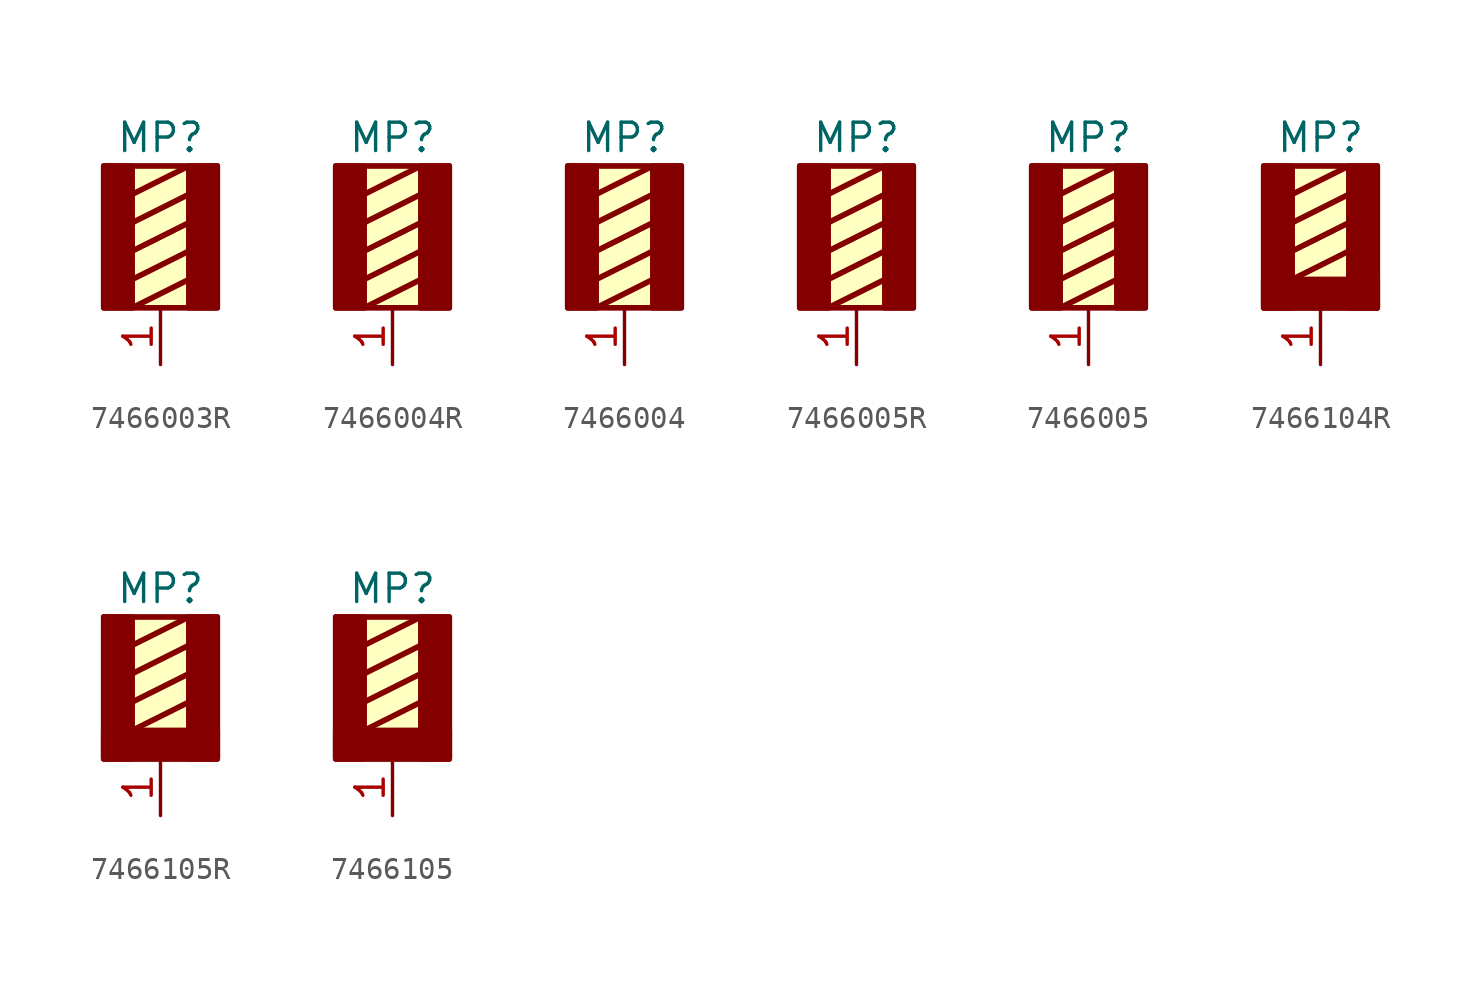
<source format=kicad_sym>
(kicad_symbol_lib
  (version 20220914)
  (generator kicad_symbol_editor)
  (symbol "7466003R"
    (pin_names hide)
    (property "Reference" "MP"
      (at 0 5.08 0)
      (effects (font (size 1.27 1.27))))
    (symbol "7466003R_0_0"
      (rectangle (start -2.54 3.81) (end 2.54 -2.54) (stroke (width 0.254) (type default)) (fill (type background)))
      (polyline (pts (xy -1.27 2.54) (xy 1.27 3.81)) (stroke (width 0.254) (type default)) (fill (type none)))
      (polyline (pts (xy 1.27 -1.27) (xy -1.27 -2.54)) (stroke (width 0.254) (type default)) (fill (type none)))
      (polyline (pts (xy 1.27 0) (xy -1.27 -1.27)) (stroke (width 0.254) (type default)) (fill (type none)))
      (polyline (pts (xy 1.27 1.27) (xy -1.27 0)) (stroke (width 0.254) (type default)) (fill (type none)))
      (polyline (pts (xy 1.27 2.54) (xy -1.27 1.27)) (stroke (width 0.254) (type default)) (fill (type none))))
    (symbol "7466003R_1_0"
      (rectangle (start -2.54 3.81) (end -1.27 -2.54) (stroke (width 0.254) (type default)) (fill (type outline)))
      (rectangle (start 1.27 3.81) (end 2.54 -2.54) (stroke (width 0.254) (type default)) (fill (type outline)))
      (pin passive line (at 0 -5.08 90) (length 2.54) (name "1" (effects (font (size 1.27 1.27)))) (number "1" (effects (font (size 1.27 1.27)))))))
  (symbol "7466004R"
    (pin_names hide)
    (property "Reference" "MP"
      (at 0 5.08 0)
      (effects (font (size 1.27 1.27))))
    (symbol "7466004R_0_0"
      (rectangle (start -2.54 3.81) (end 2.54 -2.54) (stroke (width 0.254) (type default)) (fill (type background)))
      (polyline (pts (xy -1.27 2.54) (xy 1.27 3.81)) (stroke (width 0.254) (type default)) (fill (type none)))
      (polyline (pts (xy 1.27 -1.27) (xy -1.27 -2.54)) (stroke (width 0.254) (type default)) (fill (type none)))
      (polyline (pts (xy 1.27 0) (xy -1.27 -1.27)) (stroke (width 0.254) (type default)) (fill (type none)))
      (polyline (pts (xy 1.27 1.27) (xy -1.27 0)) (stroke (width 0.254) (type default)) (fill (type none)))
      (polyline (pts (xy 1.27 2.54) (xy -1.27 1.27)) (stroke (width 0.254) (type default)) (fill (type none))))
    (symbol "7466004R_1_0"
      (rectangle (start -2.54 3.81) (end -1.27 -2.54) (stroke (width 0.254) (type default)) (fill (type outline)))
      (rectangle (start 1.27 3.81) (end 2.54 -2.54) (stroke (width 0.254) (type default)) (fill (type outline)))
      (pin passive line (at 0 -5.08 90) (length 2.54) (name "1" (effects (font (size 1.27 1.27)))) (number "1" (effects (font (size 1.27 1.27)))))))
  (symbol "7466004"
    (pin_names hide)
    (property "Reference" "MP"
      (at 0 5.08 0)
      (effects (font (size 1.27 1.27))))
    (symbol "7466004_0_0"
      (rectangle (start -2.54 3.81) (end 2.54 -2.54) (stroke (width 0.254) (type default)) (fill (type background)))
      (polyline (pts (xy -1.27 2.54) (xy 1.27 3.81)) (stroke (width 0.254) (type default)) (fill (type none)))
      (polyline (pts (xy 1.27 -1.27) (xy -1.27 -2.54)) (stroke (width 0.254) (type default)) (fill (type none)))
      (polyline (pts (xy 1.27 0) (xy -1.27 -1.27)) (stroke (width 0.254) (type default)) (fill (type none)))
      (polyline (pts (xy 1.27 1.27) (xy -1.27 0)) (stroke (width 0.254) (type default)) (fill (type none)))
      (polyline (pts (xy 1.27 2.54) (xy -1.27 1.27)) (stroke (width 0.254) (type default)) (fill (type none))))
    (symbol "7466004_1_0"
      (rectangle (start -2.54 3.81) (end -1.27 -2.54) (stroke (width 0.254) (type default)) (fill (type outline)))
      (rectangle (start 1.27 3.81) (end 2.54 -2.54) (stroke (width 0.254) (type default)) (fill (type outline)))
      (pin passive line (at 0 -5.08 90) (length 2.54) (name "1" (effects (font (size 1.27 1.27)))) (number "1" (effects (font (size 1.27 1.27)))))))
  (symbol "7466005R"
    (pin_names hide)
    (property "Reference" "MP"
      (at 0 5.08 0)
      (effects (font (size 1.27 1.27))))
    (symbol "7466005R_0_0"
      (rectangle (start -2.54 3.81) (end 2.54 -2.54) (stroke (width 0.254) (type default)) (fill (type background)))
      (polyline (pts (xy -1.27 2.54) (xy 1.27 3.81)) (stroke (width 0.254) (type default)) (fill (type none)))
      (polyline (pts (xy 1.27 -1.27) (xy -1.27 -2.54)) (stroke (width 0.254) (type default)) (fill (type none)))
      (polyline (pts (xy 1.27 0) (xy -1.27 -1.27)) (stroke (width 0.254) (type default)) (fill (type none)))
      (polyline (pts (xy 1.27 1.27) (xy -1.27 0)) (stroke (width 0.254) (type default)) (fill (type none)))
      (polyline (pts (xy 1.27 2.54) (xy -1.27 1.27)) (stroke (width 0.254) (type default)) (fill (type none))))
    (symbol "7466005R_1_0"
      (rectangle (start -2.54 3.81) (end -1.27 -2.54) (stroke (width 0.254) (type default)) (fill (type outline)))
      (rectangle (start 1.27 3.81) (end 2.54 -2.54) (stroke (width 0.254) (type default)) (fill (type outline)))
      (pin passive line (at 0 -5.08 90) (length 2.54) (name "1" (effects (font (size 1.27 1.27)))) (number "1" (effects (font (size 1.27 1.27)))))))
  (symbol "7466005"
    (pin_names hide)
    (property "Reference" "MP"
      (at 0 5.08 0)
      (effects (font (size 1.27 1.27))))
    (symbol "7466005_0_0"
      (rectangle (start -2.54 3.81) (end 2.54 -2.54) (stroke (width 0.254) (type default)) (fill (type background)))
      (polyline (pts (xy -1.27 2.54) (xy 1.27 3.81)) (stroke (width 0.254) (type default)) (fill (type none)))
      (polyline (pts (xy 1.27 -1.27) (xy -1.27 -2.54)) (stroke (width 0.254) (type default)) (fill (type none)))
      (polyline (pts (xy 1.27 0) (xy -1.27 -1.27)) (stroke (width 0.254) (type default)) (fill (type none)))
      (polyline (pts (xy 1.27 1.27) (xy -1.27 0)) (stroke (width 0.254) (type default)) (fill (type none)))
      (polyline (pts (xy 1.27 2.54) (xy -1.27 1.27)) (stroke (width 0.254) (type default)) (fill (type none))))
    (symbol "7466005_1_0"
      (rectangle (start -2.54 3.81) (end -1.27 -2.54) (stroke (width 0.254) (type default)) (fill (type outline)))
      (rectangle (start 1.27 3.81) (end 2.54 -2.54) (stroke (width 0.254) (type default)) (fill (type outline)))
      (pin passive line (at 0 -5.08 90) (length 2.54) (name "1" (effects (font (size 1.27 1.27)))) (number "1" (effects (font (size 1.27 1.27)))))))
  (symbol "7466104R"
    (pin_names hide)
    (property "Reference" "MP"
      (at 0 5.08 0)
      (effects (font (size 1.27 1.27))))
    (symbol "7466104R_0_0"
      (rectangle (start -2.54 3.81) (end 2.54 -2.54) (stroke (width 0.254) (type default)) (fill (type background)))
      (polyline (pts (xy -1.27 2.54) (xy 1.27 3.81)) (stroke (width 0.254) (type default)) (fill (type none)))
      (polyline (pts (xy 1.27 0) (xy -1.27 -1.27)) (stroke (width 0.254) (type default)) (fill (type none)))
      (polyline (pts (xy 1.27 1.27) (xy -1.27 0)) (stroke (width 0.254) (type default)) (fill (type none)))
      (polyline (pts (xy 1.27 2.54) (xy -1.27 1.27)) (stroke (width 0.254) (type default)) (fill (type none))))
    (symbol "7466104R_1_0"
      (rectangle (start -2.54 -1.27) (end 2.54 -2.54) (stroke (width 0.254) (type default)) (fill (type outline)))
      (rectangle (start -2.54 3.81) (end -1.27 -2.54) (stroke (width 0.254) (type default)) (fill (type outline)))
      (rectangle (start 1.27 3.81) (end 2.54 -2.54) (stroke (width 0.254) (type default)) (fill (type outline)))
      (pin passive line (at 0 -5.08 90) (length 2.54) (name "1" (effects (font (size 1.27 1.27)))) (number "1" (effects (font (size 1.27 1.27)))))))
  (symbol "7466105R"
    (pin_names hide)
    (property "Reference" "MP"
      (at 0 5.08 0)
      (effects (font (size 1.27 1.27))))
    (symbol "7466105R_0_0"
      (rectangle (start -2.54 3.81) (end 2.54 -2.54) (stroke (width 0.254) (type default)) (fill (type background)))
      (polyline (pts (xy -1.27 2.54) (xy 1.27 3.81)) (stroke (width 0.254) (type default)) (fill (type none)))
      (polyline (pts (xy 1.27 0) (xy -1.27 -1.27)) (stroke (width 0.254) (type default)) (fill (type none)))
      (polyline (pts (xy 1.27 1.27) (xy -1.27 0)) (stroke (width 0.254) (type default)) (fill (type none)))
      (polyline (pts (xy 1.27 2.54) (xy -1.27 1.27)) (stroke (width 0.254) (type default)) (fill (type none))))
    (symbol "7466105R_1_0"
      (rectangle (start -2.54 -1.27) (end 2.54 -2.54) (stroke (width 0.254) (type default)) (fill (type outline)))
      (rectangle (start -2.54 3.81) (end -1.27 -2.54) (stroke (width 0.254) (type default)) (fill (type outline)))
      (rectangle (start 1.27 3.81) (end 2.54 -2.54) (stroke (width 0.254) (type default)) (fill (type outline)))
      (pin passive line (at 0 -5.08 90) (length 2.54) (name "1" (effects (font (size 1.27 1.27)))) (number "1" (effects (font (size 1.27 1.27)))))))
  (symbol "7466105"
    (pin_names hide)
    (property "Reference" "MP"
      (at 0 5.08 0)
      (effects (font (size 1.27 1.27))))
    (symbol "7466105_0_0"
      (rectangle (start -2.54 3.81) (end 2.54 -2.54) (stroke (width 0.254) (type default)) (fill (type background)))
      (polyline (pts (xy -1.27 2.54) (xy 1.27 3.81)) (stroke (width 0.254) (type default)) (fill (type none)))
      (polyline (pts (xy 1.27 0) (xy -1.27 -1.27)) (stroke (width 0.254) (type default)) (fill (type none)))
      (polyline (pts (xy 1.27 1.27) (xy -1.27 0)) (stroke (width 0.254) (type default)) (fill (type none)))
      (polyline (pts (xy 1.27 2.54) (xy -1.27 1.27)) (stroke (width 0.254) (type default)) (fill (type none))))
    (symbol "7466105_1_0"
      (rectangle (start -2.54 -1.27) (end 2.54 -2.54) (stroke (width 0.254) (type default)) (fill (type outline)))
      (rectangle (start -2.54 3.81) (end -1.27 -2.54) (stroke (width 0.254) (type default)) (fill (type outline)))
      (rectangle (start 1.27 3.81) (end 2.54 -2.54) (stroke (width 0.254) (type default)) (fill (type outline)))
      (pin passive line (at 0 -5.08 90) (length 2.54) (name "1" (effects (font (size 1.27 1.27)))) (number "1" (effects (font (size 1.27 1.27))))))))
</source>
